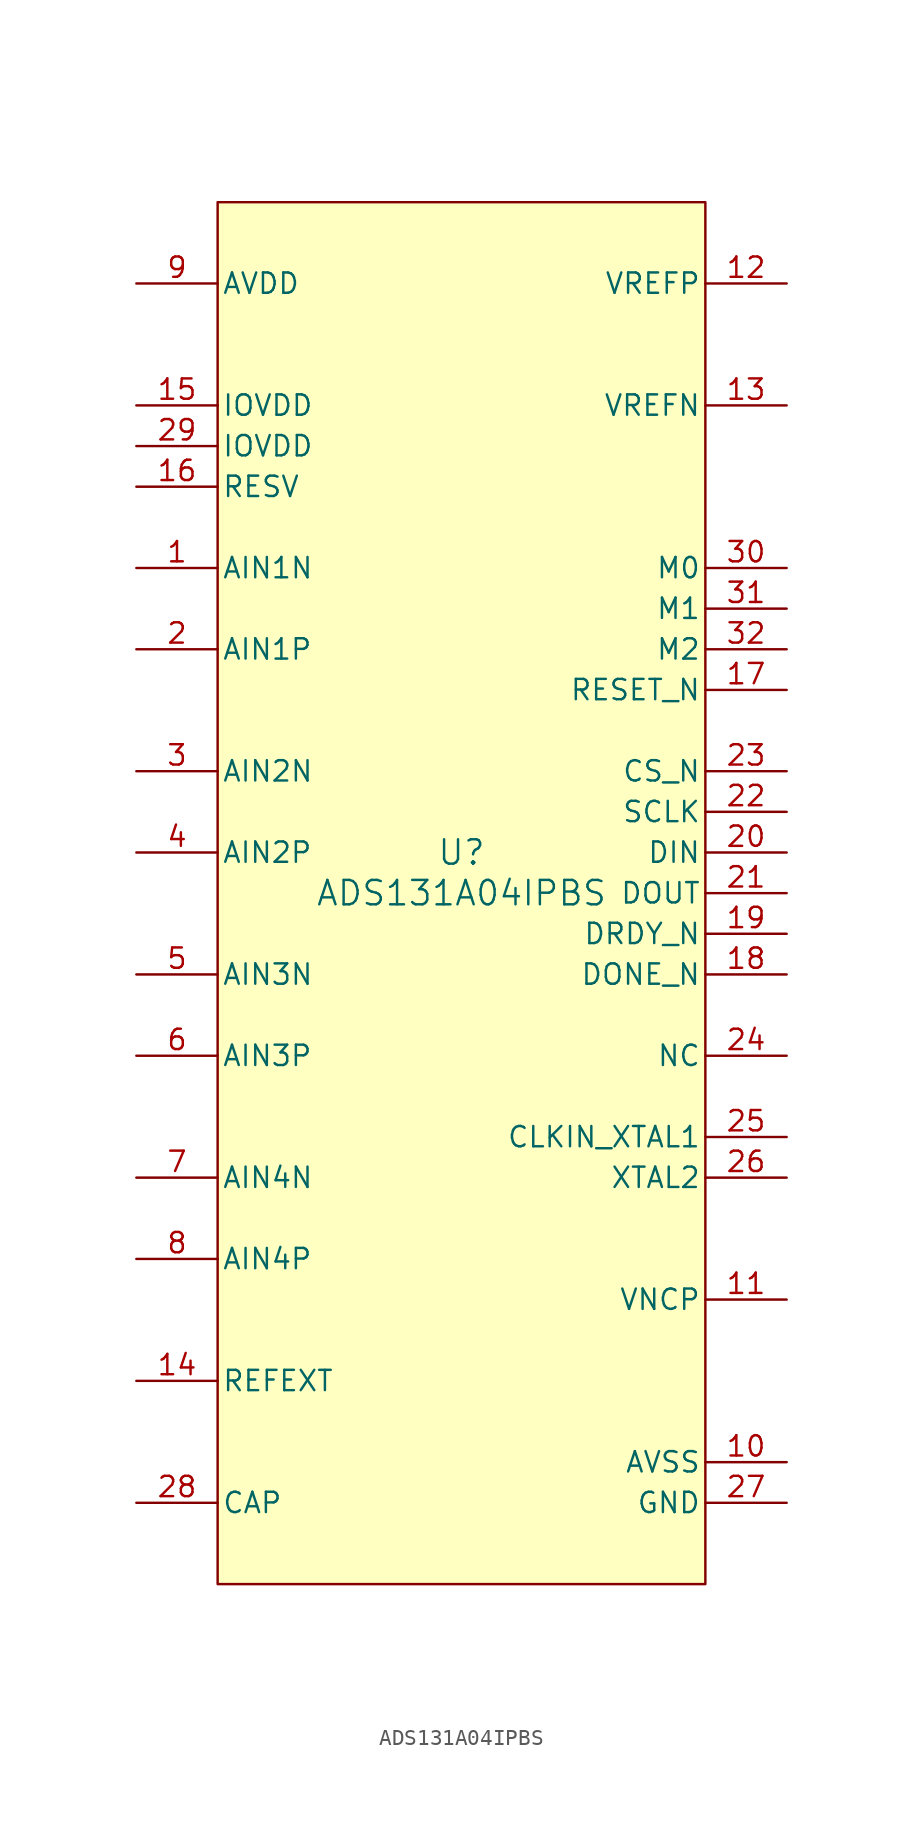
<source format=kicad_sym>
(kicad_symbol_lib
  (version 20220914)
  (generator kicad_symbol_editor)
  (symbol "ADS131A04IPBS"
    (pin_names
      (offset 0.254))
    (property "Reference" "U"
      (at 0 2.54 0)
      (effects (font (size 1.524 1.524))))
    (property "Value" "ADS131A04IPBS"
      (at 0 0 0)
      (effects (font (size 1.524 1.524))))
    (property "ki_locked" ""
      (at 0 0 0)
      (effects (font (size 1.27 1.27))))
    (symbol "ADS131A04IPBS_0_1"
      (pin input line (at -20.32 20.32 0) (length 5.08) (name "AIN1N" (effects (font (size 1.27 1.27)))) (number "1" (effects (font (size 1.27 1.27)))))
      (pin power_in line (at 20.32 -35.56 180) (length 5.08) (name "AVSS" (effects (font (size 1.27 1.27)))) (number "10" (effects (font (size 1.27 1.27)))))
      (pin power_in line (at 20.32 -25.4 180) (length 5.08) (name "VNCP" (effects (font (size 1.27 1.27)))) (number "11" (effects (font (size 1.27 1.27)))))
      (pin input line (at 20.32 38.1 180) (length 5.08) (name "VREFP" (effects (font (size 1.27 1.27)))) (number "12" (effects (font (size 1.27 1.27)))))
      (pin input line (at 20.32 30.48 180) (length 5.08) (name "VREFN" (effects (font (size 1.27 1.27)))) (number "13" (effects (font (size 1.27 1.27)))))
      (pin unspecified line (at -20.32 -30.48 0) (length 5.08) (name "REFEXT" (effects (font (size 1.27 1.27)))) (number "14" (effects (font (size 1.27 1.27)))))
      (pin power_in line (at -20.32 30.48 0) (length 5.08) (name "IOVDD" (effects (font (size 1.27 1.27)))) (number "15" (effects (font (size 1.27 1.27)))))
      (pin unspecified line (at -20.32 25.4 0) (length 5.08) (name "RESV" (effects (font (size 1.27 1.27)))) (number "16" (effects (font (size 1.27 1.27)))))
      (pin input line (at 20.32 12.7 180) (length 5.08) (name "RESET_N" (effects (font (size 1.27 1.27)))) (number "17" (effects (font (size 1.27 1.27)))))
      (pin output line (at 20.32 -5.08 180) (length 5.08) (name "DONE_N" (effects (font (size 1.27 1.27)))) (number "18" (effects (font (size 1.27 1.27)))))
      (pin bidirectional line (at 20.32 -2.54 180) (length 5.08) (name "DRDY_N" (effects (font (size 1.27 1.27)))) (number "19" (effects (font (size 1.27 1.27)))))
      (pin input line (at -20.32 15.24 0) (length 5.08) (name "AIN1P" (effects (font (size 1.27 1.27)))) (number "2" (effects (font (size 1.27 1.27)))))
      (pin input line (at 20.32 2.54 180) (length 5.08) (name "DIN" (effects (font (size 1.27 1.27)))) (number "20" (effects (font (size 1.27 1.27)))))
      (pin output line (at 20.32 0 180) (length 5.08) (name "DOUT" (effects (font (size 1.27 1.27)))) (number "21" (effects (font (size 1.27 1.27)))))
      (pin bidirectional line (at 20.32 5.08 180) (length 5.08) (name "SCLK" (effects (font (size 1.27 1.27)))) (number "22" (effects (font (size 1.27 1.27)))))
      (pin input line (at 20.32 7.62 180) (length 5.08) (name "CS_N" (effects (font (size 1.27 1.27)))) (number "23" (effects (font (size 1.27 1.27)))))
      (pin unspecified line (at 20.32 -10.16 180) (length 5.08) (name "NC" (effects (font (size 1.27 1.27)))) (number "24" (effects (font (size 1.27 1.27)))))
      (pin input line (at 20.32 -15.24 180) (length 5.08) (name "CLKIN_XTAL1" (effects (font (size 1.27 1.27)))) (number "25" (effects (font (size 1.27 1.27)))))
      (pin output line (at 20.32 -17.78 180) (length 5.08) (name "XTAL2" (effects (font (size 1.27 1.27)))) (number "26" (effects (font (size 1.27 1.27)))))
      (pin power_in line (at 20.32 -38.1 180) (length 5.08) (name "GND" (effects (font (size 1.27 1.27)))) (number "27" (effects (font (size 1.27 1.27)))))
      (pin unspecified line (at -20.32 -38.1 0) (length 5.08) (name "CAP" (effects (font (size 1.27 1.27)))) (number "28" (effects (font (size 1.27 1.27)))))
      (pin power_in line (at -20.32 27.94 0) (length 5.08) (name "IOVDD" (effects (font (size 1.27 1.27)))) (number "29" (effects (font (size 1.27 1.27)))))
      (pin input line (at -20.32 7.62 0) (length 5.08) (name "AIN2N" (effects (font (size 1.27 1.27)))) (number "3" (effects (font (size 1.27 1.27)))))
      (pin unspecified line (at 20.32 20.32 180) (length 5.08) (name "M0" (effects (font (size 1.27 1.27)))) (number "30" (effects (font (size 1.27 1.27)))))
      (pin unspecified line (at 20.32 17.78 180) (length 5.08) (name "M1" (effects (font (size 1.27 1.27)))) (number "31" (effects (font (size 1.27 1.27)))))
      (pin unspecified line (at 20.32 15.24 180) (length 5.08) (name "M2" (effects (font (size 1.27 1.27)))) (number "32" (effects (font (size 1.27 1.27)))))
      (pin input line (at -20.32 2.54 0) (length 5.08) (name "AIN2P" (effects (font (size 1.27 1.27)))) (number "4" (effects (font (size 1.27 1.27)))))
      (pin input line (at -20.32 -5.08 0) (length 5.08) (name "AIN3N" (effects (font (size 1.27 1.27)))) (number "5" (effects (font (size 1.27 1.27)))))
      (pin input line (at -20.32 -10.16 0) (length 5.08) (name "AIN3P" (effects (font (size 1.27 1.27)))) (number "6" (effects (font (size 1.27 1.27)))))
      (pin input line (at -20.32 -17.78 0) (length 5.08) (name "AIN4N" (effects (font (size 1.27 1.27)))) (number "7" (effects (font (size 1.27 1.27)))))
      (pin input line (at -20.32 -22.86 0) (length 5.08) (name "AIN4P" (effects (font (size 1.27 1.27)))) (number "8" (effects (font (size 1.27 1.27)))))
      (pin power_in line (at -20.32 38.1 0) (length 5.08) (name "AVDD" (effects (font (size 1.27 1.27)))) (number "9" (effects (font (size 1.27 1.27))))))
    (symbol "ADS131A04IPBS_1_1"
      (rectangle (start -15.24 43.18) (end 15.24 -43.18) (stroke (width 0) (type default)) (fill (type background))))))
</source>
